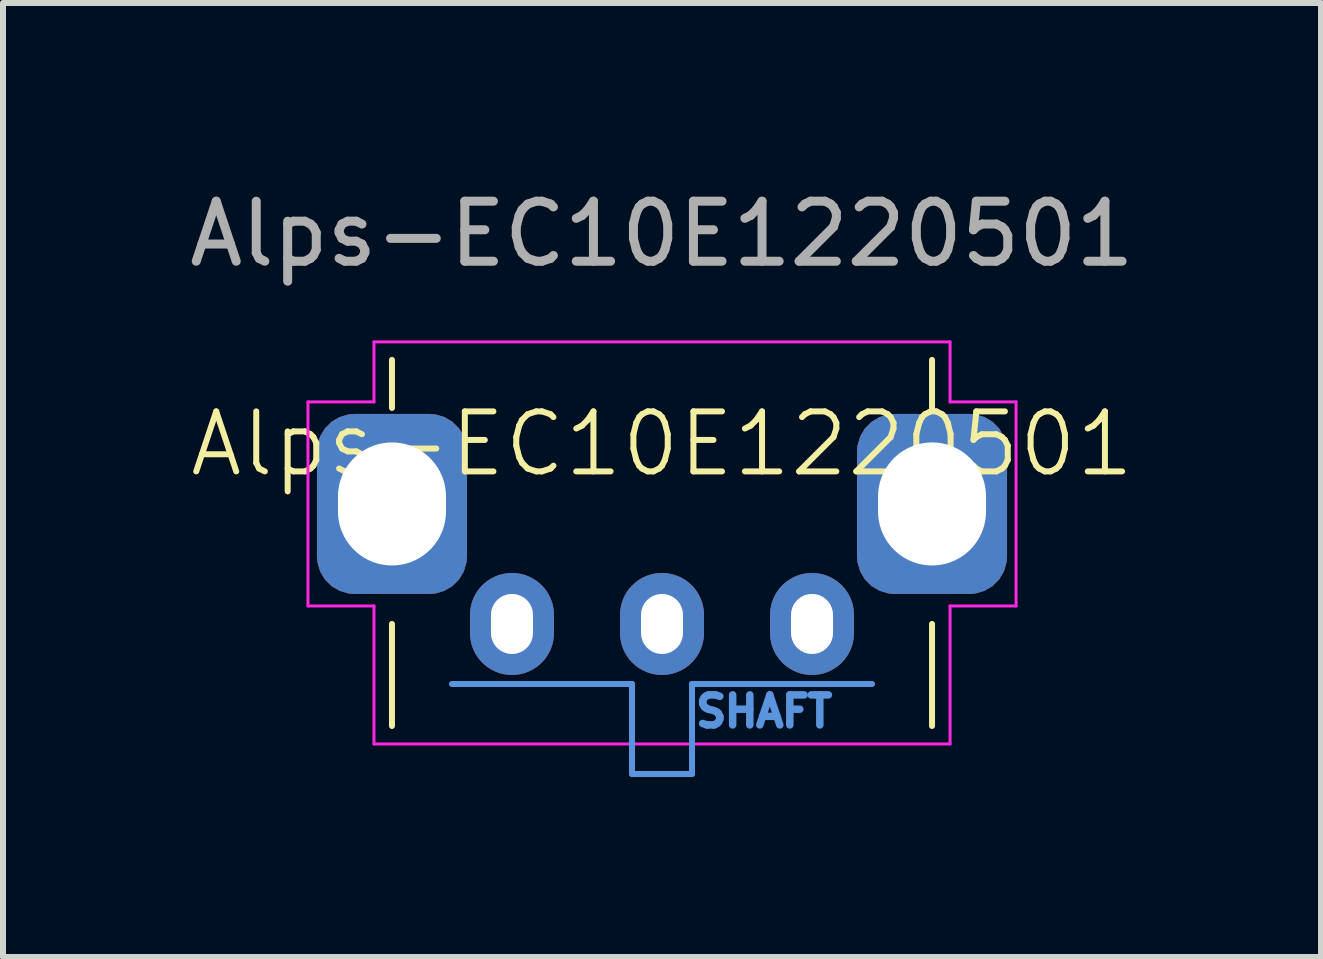
<source format=kicad_pcb>
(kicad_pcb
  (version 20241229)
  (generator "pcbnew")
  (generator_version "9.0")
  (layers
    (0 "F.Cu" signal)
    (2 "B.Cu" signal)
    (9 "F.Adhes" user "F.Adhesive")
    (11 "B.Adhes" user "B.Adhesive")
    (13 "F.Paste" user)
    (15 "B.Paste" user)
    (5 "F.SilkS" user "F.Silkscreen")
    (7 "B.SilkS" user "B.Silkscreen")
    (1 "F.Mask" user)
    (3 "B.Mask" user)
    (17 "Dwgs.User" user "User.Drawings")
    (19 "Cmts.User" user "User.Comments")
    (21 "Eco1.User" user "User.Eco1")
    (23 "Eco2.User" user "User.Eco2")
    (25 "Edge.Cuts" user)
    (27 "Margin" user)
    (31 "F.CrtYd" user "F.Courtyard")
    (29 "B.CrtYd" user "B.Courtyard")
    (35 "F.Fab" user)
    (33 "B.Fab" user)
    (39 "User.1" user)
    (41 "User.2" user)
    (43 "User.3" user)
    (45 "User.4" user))
  (footprint "Alps-EC10E1220501"
    (layer "F.Cu")
    (at 7.982 7.348)
    (property "Reference" "Alps-EC10E1220501" (at 0 -3 0) (unlocked yes) (layer "F.SilkS") (effects (font (size 1 1) (thickness 0.1))))
    (attr through_hole exclude_from_pos_files)
    (fp_line (start -4.5 -4.4) (end -4.5 -3.6) (stroke (width 0.1) (type default)) (layer "F.SilkS"))
    (fp_line (start -4.5 1.7) (end -4.5 0) (stroke (width 0.1) (type default)) (layer "F.SilkS"))
    (fp_line (start 4.5 -4.4) (end 4.5 -3.6) (stroke (width 0.1) (type default)) (layer "F.SilkS"))
    (fp_line (start 4.5 1.7) (end 4.5 0) (stroke (width 0.1) (type default)) (layer "F.SilkS"))
    (fp_line (start -3.5 1) (end -0.5 1) (stroke (width 0.1) (type default)) (layer "Cmts.User"))
    (fp_line (start -0.5 1) (end -0.5 2.5) (stroke (width 0.1) (type default)) (layer "Cmts.User"))
    (fp_line (start -0.5 2.5) (end 0.5 2.5) (stroke (width 0.1) (type default)) (layer "Cmts.User"))
    (fp_line (start 0.5 1) (end 3.5 1) (stroke (width 0.1) (type default)) (layer "Cmts.User"))
    (fp_line (start 0.5 2.5) (end 0.5 1) (stroke (width 0.1) (type default)) (layer "Cmts.User"))
    (fp_line (start -5.9 -3.7) (end -4.8 -3.7) (stroke (width 0.05) (type default)) (layer "F.CrtYd"))
    (fp_line (start -5.9 -0.3) (end -5.9 -3.7) (stroke (width 0.05) (type default)) (layer "F.CrtYd"))
    (fp_line (start -4.8 -4.7) (end 4.8 -4.7) (stroke (width 0.05) (type default)) (layer "F.CrtYd"))
    (fp_line (start -4.8 -3.7) (end -4.8 -4.7) (stroke (width 0.05) (type default)) (layer "F.CrtYd"))
    (fp_line (start -4.8 -0.3) (end -5.9 -0.3) (stroke (width 0.05) (type default)) (layer "F.CrtYd"))
    (fp_line (start -4.8 2) (end -4.8 -0.3) (stroke (width 0.05) (type default)) (layer "F.CrtYd"))
    (fp_line (start 4.8 -4.7) (end 4.8 -3.7) (stroke (width 0.05) (type default)) (layer "F.CrtYd"))
    (fp_line (start 4.8 -3.7) (end 5.9 -3.7) (stroke (width 0.05) (type default)) (layer "F.CrtYd"))
    (fp_line (start 4.8 -0.3) (end 4.8 2) (stroke (width 0.05) (type default)) (layer "F.CrtYd"))
    (fp_line (start 4.8 2) (end -4.8 2) (stroke (width 0.05) (type default)) (layer "F.CrtYd"))
    (fp_line (start 5.9 -3.7) (end 5.9 -0.3) (stroke (width 0.05) (type default)) (layer "F.CrtYd"))
    (fp_line (start 5.9 -0.3) (end 4.8 -0.3) (stroke (width 0.05) (type default)) (layer "F.CrtYd"))
    (fp_text user "SHAFT" (at 0.5 1.75 0) (unlocked yes) (layer "Cmts.User") (effects (font (size 0.5 0.5) (thickness 0.125)) (justify left bottom)))
    (fp_text user "${REFERENCE}" (at 0 -6.5 0) (unlocked yes) (layer "F.Fab") (effects (font (size 1 1) (thickness 0.15))))
    (pad "4" thru_hole roundrect (at -4.5 -2) (size 2.5 3) (drill oval 1.8 2.05) (layers "*.Cu" "*.Mask") (roundrect_rratio 0.25))
    (pad "4" thru_hole roundrect (at 4.5 -2) (size 2.5 3) (drill oval 1.8 2.05) (layers "*.Cu" "*.Mask") (roundrect_rratio 0.25))
    (pad "A" thru_hole oval (at -2.5 0) (size 1.4 1.7) (drill oval 0.7 1) (layers "*.Cu" "*.Mask"))
    (pad "B" thru_hole oval (at 0 0) (size 1.4 1.7) (drill oval 0.7 1) (layers "*.Cu" "*.Mask"))
    (pad "C" thru_hole oval (at 2.5 0) (size 1.4 1.7) (drill oval 0.7 1) (layers "*.Cu" "*.Mask")))
  (gr_rect
    (start -3 -3)
    (end 18.964 12.898)
    (stroke (width 0.1) (type default))
    (fill no)
    (layer "Edge.Cuts")))
</source>
